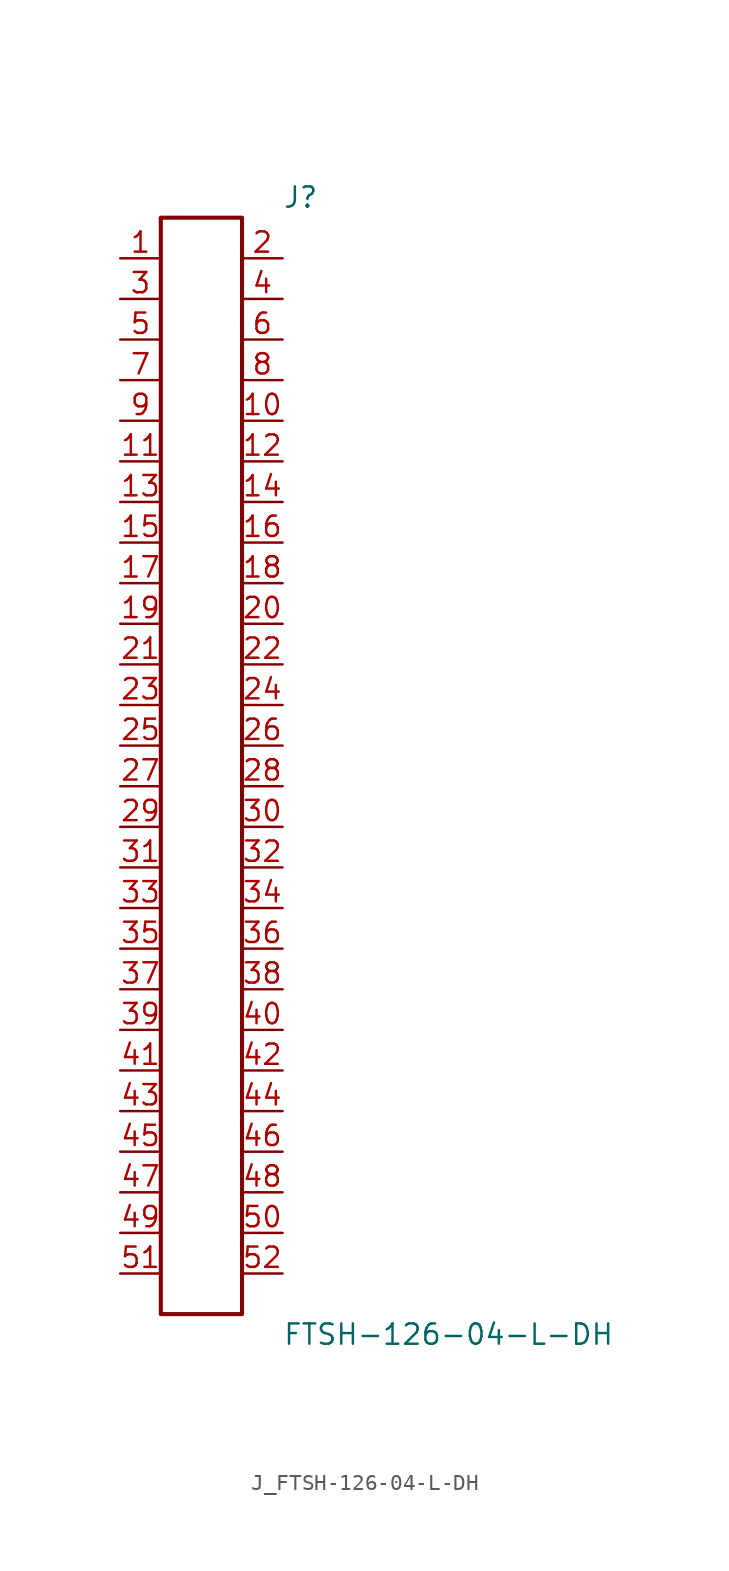
<source format=kicad_sym>
(kicad_symbol_lib
  (version 20231120)
  (generator kicad_symbol_editor)
  (generator_version 8.0)
  (symbol "J_FTSH-126-04-L-DH"
    (pin_names
      (offset 0.254))
    (property "Reference" "J"
      (at 5.08 35.56 0)
      (effects (font (size 1.27 1.27)) (justify left)))
    (property "Value" "FTSH-126-04-L-DH"
      (at 5.08 -35.56 0)
      (effects (font (size 1.27 1.27)) (justify left)))
    (symbol "J_FTSH-126-04-L-DH_0_0"
      (pin unspecified line (at -5.08 31.75 0) (length 2.54) (name "" (effects (font (size 1.27 1.27)))) (number "1" (effects (font (size 1.27 1.27)))))
      (pin unspecified line (at 5.08 31.75 180) (length 2.54) (name "" (effects (font (size 1.27 1.27)))) (number "2" (effects (font (size 1.27 1.27)))))
      (pin unspecified line (at -5.08 29.21 0) (length 2.54) (name "" (effects (font (size 1.27 1.27)))) (number "3" (effects (font (size 1.27 1.27)))))
      (pin unspecified line (at 5.08 29.21 180) (length 2.54) (name "" (effects (font (size 1.27 1.27)))) (number "4" (effects (font (size 1.27 1.27)))))
      (pin unspecified line (at -5.08 26.67 0) (length 2.54) (name "" (effects (font (size 1.27 1.27)))) (number "5" (effects (font (size 1.27 1.27)))))
      (pin unspecified line (at 5.08 26.67 180) (length 2.54) (name "" (effects (font (size 1.27 1.27)))) (number "6" (effects (font (size 1.27 1.27)))))
      (pin unspecified line (at -5.08 24.13 0) (length 2.54) (name "" (effects (font (size 1.27 1.27)))) (number "7" (effects (font (size 1.27 1.27)))))
      (pin unspecified line (at 5.08 24.13 180) (length 2.54) (name "" (effects (font (size 1.27 1.27)))) (number "8" (effects (font (size 1.27 1.27)))))
      (pin unspecified line (at -5.08 21.59 0) (length 2.54) (name "" (effects (font (size 1.27 1.27)))) (number "9" (effects (font (size 1.27 1.27)))))
      (pin unspecified line (at 5.08 21.59 180) (length 2.54) (name "" (effects (font (size 1.27 1.27)))) (number "10" (effects (font (size 1.27 1.27)))))
      (pin unspecified line (at -5.08 19.05 0) (length 2.54) (name "" (effects (font (size 1.27 1.27)))) (number "11" (effects (font (size 1.27 1.27)))))
      (pin unspecified line (at 5.08 19.05 180) (length 2.54) (name "" (effects (font (size 1.27 1.27)))) (number "12" (effects (font (size 1.27 1.27)))))
      (pin unspecified line (at -5.08 16.51 0) (length 2.54) (name "" (effects (font (size 1.27 1.27)))) (number "13" (effects (font (size 1.27 1.27)))))
      (pin unspecified line (at 5.08 16.51 180) (length 2.54) (name "" (effects (font (size 1.27 1.27)))) (number "14" (effects (font (size 1.27 1.27)))))
      (pin unspecified line (at -5.08 13.97 0) (length 2.54) (name "" (effects (font (size 1.27 1.27)))) (number "15" (effects (font (size 1.27 1.27)))))
      (pin unspecified line (at 5.08 13.97 180) (length 2.54) (name "" (effects (font (size 1.27 1.27)))) (number "16" (effects (font (size 1.27 1.27)))))
      (pin unspecified line (at -5.08 11.43 0) (length 2.54) (name "" (effects (font (size 1.27 1.27)))) (number "17" (effects (font (size 1.27 1.27)))))
      (pin unspecified line (at 5.08 11.43 180) (length 2.54) (name "" (effects (font (size 1.27 1.27)))) (number "18" (effects (font (size 1.27 1.27)))))
      (pin unspecified line (at -5.08 8.89 0) (length 2.54) (name "" (effects (font (size 1.27 1.27)))) (number "19" (effects (font (size 1.27 1.27)))))
      (pin unspecified line (at 5.08 8.89 180) (length 2.54) (name "" (effects (font (size 1.27 1.27)))) (number "20" (effects (font (size 1.27 1.27)))))
      (pin unspecified line (at -5.08 6.35 0) (length 2.54) (name "" (effects (font (size 1.27 1.27)))) (number "21" (effects (font (size 1.27 1.27)))))
      (pin unspecified line (at 5.08 6.35 180) (length 2.54) (name "" (effects (font (size 1.27 1.27)))) (number "22" (effects (font (size 1.27 1.27)))))
      (pin unspecified line (at -5.08 3.81 0) (length 2.54) (name "" (effects (font (size 1.27 1.27)))) (number "23" (effects (font (size 1.27 1.27)))))
      (pin unspecified line (at 5.08 3.81 180) (length 2.54) (name "" (effects (font (size 1.27 1.27)))) (number "24" (effects (font (size 1.27 1.27)))))
      (pin unspecified line (at -5.08 1.27 0) (length 2.54) (name "" (effects (font (size 1.27 1.27)))) (number "25" (effects (font (size 1.27 1.27)))))
      (pin unspecified line (at 5.08 1.27 180) (length 2.54) (name "" (effects (font (size 1.27 1.27)))) (number "26" (effects (font (size 1.27 1.27)))))
      (pin unspecified line (at -5.08 -1.27 0) (length 2.54) (name "" (effects (font (size 1.27 1.27)))) (number "27" (effects (font (size 1.27 1.27)))))
      (pin unspecified line (at 5.08 -1.27 180) (length 2.54) (name "" (effects (font (size 1.27 1.27)))) (number "28" (effects (font (size 1.27 1.27)))))
      (pin unspecified line (at -5.08 -3.81 0) (length 2.54) (name "" (effects (font (size 1.27 1.27)))) (number "29" (effects (font (size 1.27 1.27)))))
      (pin unspecified line (at 5.08 -3.81 180) (length 2.54) (name "" (effects (font (size 1.27 1.27)))) (number "30" (effects (font (size 1.27 1.27)))))
      (pin unspecified line (at -5.08 -6.35 0) (length 2.54) (name "" (effects (font (size 1.27 1.27)))) (number "31" (effects (font (size 1.27 1.27)))))
      (pin unspecified line (at 5.08 -6.35 180) (length 2.54) (name "" (effects (font (size 1.27 1.27)))) (number "32" (effects (font (size 1.27 1.27)))))
      (pin unspecified line (at -5.08 -8.89 0) (length 2.54) (name "" (effects (font (size 1.27 1.27)))) (number "33" (effects (font (size 1.27 1.27)))))
      (pin unspecified line (at 5.08 -8.89 180) (length 2.54) (name "" (effects (font (size 1.27 1.27)))) (number "34" (effects (font (size 1.27 1.27)))))
      (pin unspecified line (at -5.08 -11.43 0) (length 2.54) (name "" (effects (font (size 1.27 1.27)))) (number "35" (effects (font (size 1.27 1.27)))))
      (pin unspecified line (at 5.08 -11.43 180) (length 2.54) (name "" (effects (font (size 1.27 1.27)))) (number "36" (effects (font (size 1.27 1.27)))))
      (pin unspecified line (at -5.08 -13.97 0) (length 2.54) (name "" (effects (font (size 1.27 1.27)))) (number "37" (effects (font (size 1.27 1.27)))))
      (pin unspecified line (at 5.08 -13.97 180) (length 2.54) (name "" (effects (font (size 1.27 1.27)))) (number "38" (effects (font (size 1.27 1.27)))))
      (pin unspecified line (at -5.08 -16.51 0) (length 2.54) (name "" (effects (font (size 1.27 1.27)))) (number "39" (effects (font (size 1.27 1.27)))))
      (pin unspecified line (at 5.08 -16.51 180) (length 2.54) (name "" (effects (font (size 1.27 1.27)))) (number "40" (effects (font (size 1.27 1.27)))))
      (pin unspecified line (at -5.08 -19.05 0) (length 2.54) (name "" (effects (font (size 1.27 1.27)))) (number "41" (effects (font (size 1.27 1.27)))))
      (pin unspecified line (at 5.08 -19.05 180) (length 2.54) (name "" (effects (font (size 1.27 1.27)))) (number "42" (effects (font (size 1.27 1.27)))))
      (pin unspecified line (at -5.08 -21.59 0) (length 2.54) (name "" (effects (font (size 1.27 1.27)))) (number "43" (effects (font (size 1.27 1.27)))))
      (pin unspecified line (at 5.08 -21.59 180) (length 2.54) (name "" (effects (font (size 1.27 1.27)))) (number "44" (effects (font (size 1.27 1.27)))))
      (pin unspecified line (at -5.08 -24.13 0) (length 2.54) (name "" (effects (font (size 1.27 1.27)))) (number "45" (effects (font (size 1.27 1.27)))))
      (pin unspecified line (at 5.08 -24.13 180) (length 2.54) (name "" (effects (font (size 1.27 1.27)))) (number "46" (effects (font (size 1.27 1.27)))))
      (pin unspecified line (at -5.08 -26.67 0) (length 2.54) (name "" (effects (font (size 1.27 1.27)))) (number "47" (effects (font (size 1.27 1.27)))))
      (pin unspecified line (at 5.08 -26.67 180) (length 2.54) (name "" (effects (font (size 1.27 1.27)))) (number "48" (effects (font (size 1.27 1.27)))))
      (pin unspecified line (at -5.08 -29.21 0) (length 2.54) (name "" (effects (font (size 1.27 1.27)))) (number "49" (effects (font (size 1.27 1.27)))))
      (pin unspecified line (at 5.08 -29.21 180) (length 2.54) (name "" (effects (font (size 1.27 1.27)))) (number "50" (effects (font (size 1.27 1.27)))))
      (pin unspecified line (at -5.08 -31.75 0) (length 2.54) (name "" (effects (font (size 1.27 1.27)))) (number "51" (effects (font (size 1.27 1.27)))))
      (pin unspecified line (at 5.08 -31.75 180) (length 2.54) (name "" (effects (font (size 1.27 1.27)))) (number "52" (effects (font (size 1.27 1.27))))))
    (symbol "J_FTSH-126-04-L-DH_1_0"
      (rectangle (start -2.54 34.29) (end 2.54 -34.29) (stroke (width 0.254) (type solid)) (fill (type none))))))
</source>
